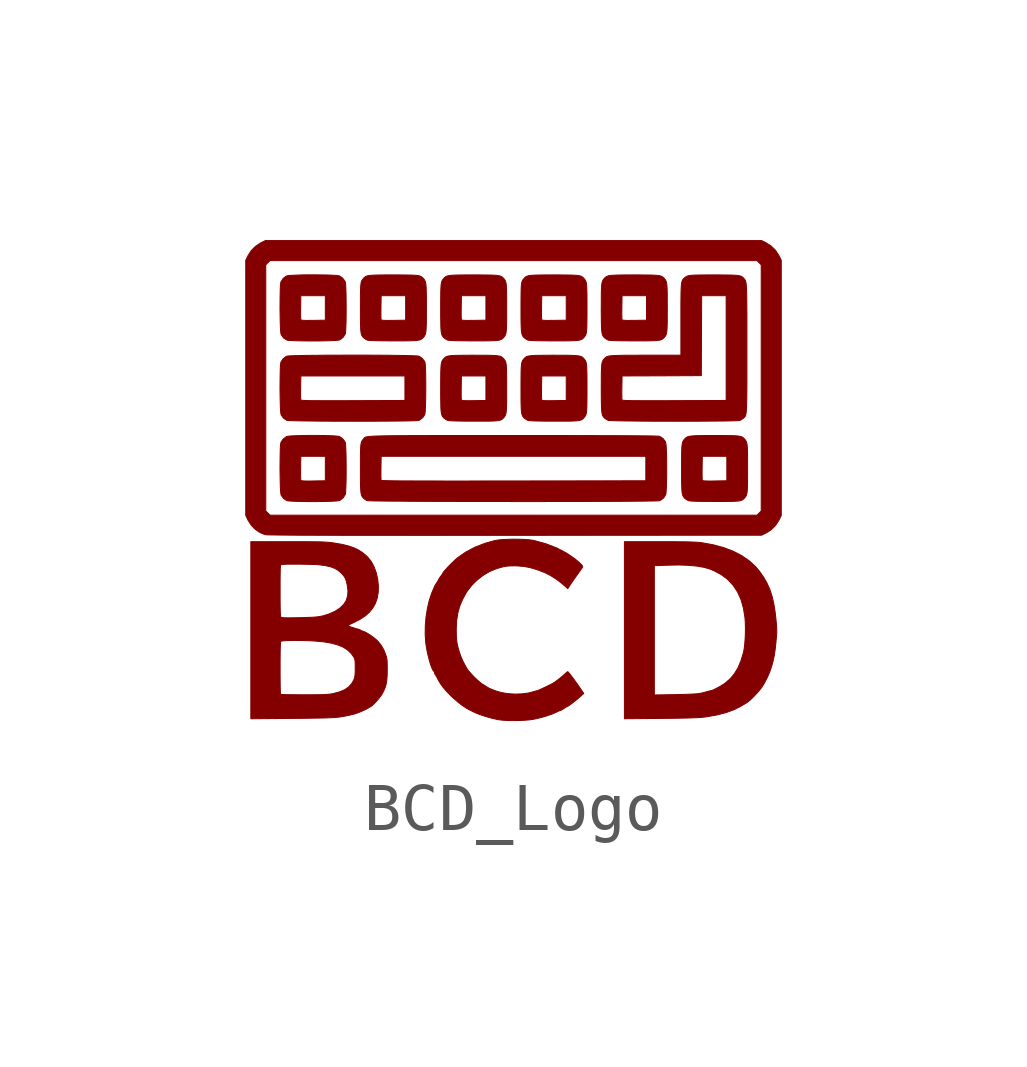
<source format=kicad_sym>
(kicad_symbol_lib
  (version 20211014)
  (generator kicad_symbol_editor)
  (symbol "BCD_Logo"
    (pin_names
      (offset 1.016))
    (property "Reference" "G"
      (at 0 4.366 0)
      (effects (font (size 1.27 1.27)) hide))
    (symbol "BCD_Logo_0_0"
      (polyline (pts (xy -1.307 -1.143) (xy -0.889 -1.143) (xy -0.444 -1.143) (xy 0.029 -1.143) (xy 5.164 -1.14) (xy 5.256 -1.095) (xy 5.265 -1.091) (xy 5.372 -1.02) (xy 5.461 -0.929) (xy 5.529 -0.822) (xy 5.574 -0.73) (xy 5.574 4.583) (xy 5.529 4.675) (xy 5.524 4.684) (xy 5.454 4.791) (xy 5.363 4.88) (xy 5.256 4.948) (xy 5.164 4.994) (xy -5.164 4.994) (xy -5.256 4.948) (xy -5.265 4.944) (xy -5.372 4.873) (xy -5.461 4.783) (xy -5.529 4.675) (xy -5.574 4.583) (xy -5.574 4.489) (xy -5.157 4.489) (xy -5.069 4.576) (xy 5.069 4.576) (xy 5.113 4.532) (xy 5.157 4.489) (xy 5.157 -0.635) (xy 5.113 -0.679) (xy 5.069 -0.723) (xy -5.069 -0.723) (xy -5.157 -0.635) (xy -5.157 4.489) (xy -5.574 4.489) (xy -5.574 -0.73) (xy -5.529 -0.822) (xy -5.527 -0.827) (xy -5.46 -0.931) (xy -5.376 -1.018) (xy -5.278 -1.085) (xy -5.172 -1.128) (xy -5.162 -1.13) (xy -5.14 -1.131) (xy -5.107 -1.133) (xy -5.062 -1.134) (xy -5.004 -1.135) (xy -4.932 -1.136) (xy -4.845 -1.137) (xy -4.743 -1.138) (xy -4.625 -1.139) (xy -4.49 -1.14) (xy -4.338 -1.141) (xy -4.168 -1.141) (xy -3.979 -1.142) (xy -3.77 -1.142) (xy -3.541 -1.143) (xy -3.291 -1.143) (xy -3.019 -1.143) (xy -2.724 -1.143) (xy -2.407 -1.143) (xy -2.065 -1.144) (xy -1.698 -1.144) (xy -1.307 -1.143)) (stroke (width 0.01) (type default) (color 0 0 0 0)) (fill (type outline)))
      (polyline (pts (xy -4.068 -0.439) (xy -3.961 -0.438) (xy -3.862 -0.436) (xy -3.774 -0.433) (xy -3.703 -0.429) (xy -3.652 -0.424) (xy -3.625 -0.419) (xy -3.605 -0.41) (xy -3.545 -0.361) (xy -3.502 -0.293) (xy -3.497 -0.271) (xy -3.493 -0.223) (xy -3.49 -0.154) (xy -3.487 -0.069) (xy -3.485 0.028) (xy -3.484 0.134) (xy -3.484 0.243) (xy -3.484 0.353) (xy -3.485 0.46) (xy -3.487 0.558) (xy -3.49 0.644) (xy -3.493 0.714) (xy -3.497 0.763) (xy -3.502 0.789) (xy -3.512 0.81) (xy -3.56 0.873) (xy -3.625 0.915) (xy -3.642 0.919) (xy -3.688 0.924) (xy -3.755 0.929) (xy -3.84 0.932) (xy -3.937 0.935) (xy -4.043 0.936) (xy -4.155 0.937) (xy -4.266 0.937) (xy -4.375 0.935) (xy -4.476 0.933) (xy -4.564 0.93) (xy -4.637 0.926) (xy -4.69 0.921) (xy -4.719 0.915) (xy -4.739 0.905) (xy -4.799 0.857) (xy -4.842 0.789) (xy -4.846 0.769) (xy -4.851 0.722) (xy -4.855 0.654) (xy -4.857 0.57) (xy -4.859 0.472) (xy -4.86 0.366) (xy -4.861 0.256) (xy -4.86 0.182) (xy -4.432 0.182) (xy -4.431 0.263) (xy -4.427 0.503) (xy -3.917 0.503) (xy -3.917 -0.007) (xy -4.169 -0.011) (xy -4.217 -0.012) (xy -4.299 -0.012) (xy -4.358 -0.011) (xy -4.397 -0.008) (xy -4.419 -0.003) (xy -4.428 0.004) (xy -4.429 0.016) (xy -4.431 0.054) (xy -4.432 0.111) (xy -4.432 0.182) (xy -4.86 0.182) (xy -4.86 0.145) (xy -4.858 0.038) (xy -4.856 -0.062) (xy -4.853 -0.149) (xy -4.849 -0.221) (xy -4.844 -0.272) (xy -4.839 -0.3) (xy -4.833 -0.313) (xy -4.787 -0.376) (xy -4.72 -0.42) (xy -4.697 -0.425) (xy -4.648 -0.429) (xy -4.579 -0.433) (xy -4.494 -0.436) (xy -4.396 -0.438) (xy -4.29 -0.439) (xy -4.179 -0.44) (xy -4.068 -0.439)) (stroke (width 0.01) (type default) (color 0 0 0 0)) (fill (type outline)))
      (polyline (pts (xy -4.068 2.904) (xy -3.961 2.905) (xy -3.862 2.908) (xy -3.774 2.91) (xy -3.703 2.914) (xy -3.652 2.919) (xy -3.625 2.924) (xy -3.605 2.933) (xy -3.545 2.982) (xy -3.502 3.05) (xy -3.497 3.072) (xy -3.493 3.12) (xy -3.49 3.189) (xy -3.487 3.274) (xy -3.485 3.371) (xy -3.484 3.477) (xy -3.484 3.587) (xy -3.484 3.697) (xy -3.485 3.803) (xy -3.487 3.901) (xy -3.49 3.987) (xy -3.493 4.057) (xy -3.497 4.107) (xy -3.502 4.132) (xy -3.512 4.153) (xy -3.56 4.216) (xy -3.625 4.258) (xy -3.642 4.262) (xy -3.688 4.268) (xy -3.755 4.272) (xy -3.84 4.276) (xy -3.937 4.278) (xy -4.043 4.279) (xy -4.155 4.28) (xy -4.266 4.28) (xy -4.375 4.279) (xy -4.476 4.276) (xy -4.564 4.273) (xy -4.637 4.269) (xy -4.69 4.264) (xy -4.719 4.258) (xy -4.739 4.249) (xy -4.799 4.2) (xy -4.842 4.132) (xy -4.846 4.112) (xy -4.851 4.065) (xy -4.855 3.998) (xy -4.857 3.913) (xy -4.859 3.816) (xy -4.86 3.71) (xy -4.861 3.599) (xy -4.86 3.525) (xy -4.432 3.525) (xy -4.431 3.606) (xy -4.427 3.846) (xy -3.917 3.846) (xy -3.917 3.336) (xy -4.169 3.332) (xy -4.217 3.332) (xy -4.299 3.331) (xy -4.358 3.332) (xy -4.397 3.335) (xy -4.419 3.34) (xy -4.428 3.347) (xy -4.429 3.359) (xy -4.431 3.397) (xy -4.432 3.454) (xy -4.432 3.525) (xy -4.86 3.525) (xy -4.86 3.488) (xy -4.858 3.381) (xy -4.856 3.282) (xy -4.853 3.194) (xy -4.849 3.123) (xy -4.844 3.071) (xy -4.839 3.044) (xy -4.833 3.03) (xy -4.787 2.967) (xy -4.72 2.923) (xy -4.697 2.918) (xy -4.648 2.914) (xy -4.579 2.91) (xy -4.494 2.907) (xy -4.396 2.905) (xy -4.29 2.904) (xy -4.179 2.904) (xy -4.068 2.904)) (stroke (width 0.01) (type default) (color 0 0 0 0)) (fill (type outline)))
      (polyline (pts (xy -2.203 2.906) (xy -2.118 2.908) (xy -2.052 2.911) (xy -2.001 2.916) (xy -1.962 2.923) (xy -1.934 2.932) (xy -1.912 2.944) (xy -1.893 2.959) (xy -1.876 2.977) (xy -1.871 2.983) (xy -1.856 3.002) (xy -1.844 3.022) (xy -1.834 3.047) (xy -1.827 3.079) (xy -1.821 3.121) (xy -1.818 3.176) (xy -1.815 3.248) (xy -1.814 3.339) (xy -1.813 3.452) (xy -1.813 3.591) (xy -1.813 3.635) (xy -1.813 3.766) (xy -1.814 3.872) (xy -1.816 3.957) (xy -1.819 4.024) (xy -1.823 4.075) (xy -1.829 4.114) (xy -1.837 4.143) (xy -1.847 4.166) (xy -1.86 4.186) (xy -1.876 4.205) (xy -1.883 4.212) (xy -1.9 4.229) (xy -1.92 4.243) (xy -1.944 4.254) (xy -1.976 4.263) (xy -2.02 4.269) (xy -2.077 4.273) (xy -2.15 4.276) (xy -2.244 4.277) (xy -2.359 4.278) (xy -2.5 4.278) (xy -2.557 4.278) (xy -2.688 4.278) (xy -2.795 4.277) (xy -2.88 4.275) (xy -2.947 4.272) (xy -2.999 4.267) (xy -3.038 4.26) (xy -3.067 4.25) (xy -3.089 4.239) (xy -3.107 4.223) (xy -3.124 4.205) (xy -3.129 4.199) (xy -3.144 4.18) (xy -3.157 4.16) (xy -3.167 4.136) (xy -3.174 4.104) (xy -3.179 4.062) (xy -3.183 4.006) (xy -3.185 3.935) (xy -3.187 3.844) (xy -3.187 3.731) (xy -3.187 3.592) (xy -3.187 3.542) (xy -3.187 3.525) (xy -2.76 3.525) (xy -2.759 3.606) (xy -2.755 3.846) (xy -2.245 3.846) (xy -2.245 3.336) (xy -2.497 3.332) (xy -2.545 3.332) (xy -2.627 3.331) (xy -2.686 3.332) (xy -2.725 3.335) (xy -2.747 3.34) (xy -2.756 3.347) (xy -2.758 3.359) (xy -2.759 3.397) (xy -2.76 3.454) (xy -2.76 3.525) (xy -3.187 3.525) (xy -3.187 3.41) (xy -3.186 3.302) (xy -3.184 3.215) (xy -3.181 3.147) (xy -3.176 3.095) (xy -3.17 3.056) (xy -3.16 3.026) (xy -3.149 3.004) (xy -3.134 2.985) (xy -3.116 2.968) (xy -3.088 2.946) (xy -3.048 2.923) (xy -3.041 2.921) (xy -3.01 2.916) (xy -2.958 2.912) (xy -2.882 2.909) (xy -2.783 2.907) (xy -2.658 2.906) (xy -2.506 2.905) (xy -2.438 2.905) (xy -2.308 2.905) (xy -2.203 2.906)) (stroke (width 0.01) (type default) (color 0 0 0 0)) (fill (type outline)))
      (polyline (pts (xy -0.531 1.234) (xy -0.446 1.236) (xy -0.38 1.239) (xy -0.329 1.244) (xy -0.291 1.251) (xy -0.262 1.26) (xy -0.24 1.272) (xy -0.222 1.287) (xy -0.204 1.306) (xy -0.199 1.311) (xy -0.184 1.331) (xy -0.172 1.351) (xy -0.162 1.375) (xy -0.155 1.407) (xy -0.15 1.449) (xy -0.146 1.505) (xy -0.144 1.576) (xy -0.142 1.667) (xy -0.142 1.781) (xy -0.142 1.919) (xy -0.142 1.964) (xy -0.142 2.094) (xy -0.143 2.201) (xy -0.144 2.286) (xy -0.147 2.352) (xy -0.151 2.404) (xy -0.157 2.442) (xy -0.165 2.472) (xy -0.175 2.495) (xy -0.189 2.514) (xy -0.204 2.533) (xy -0.211 2.541) (xy -0.229 2.558) (xy -0.248 2.572) (xy -0.272 2.583) (xy -0.305 2.591) (xy -0.348 2.597) (xy -0.405 2.602) (xy -0.479 2.604) (xy -0.572 2.606) (xy -0.688 2.606) (xy -0.829 2.607) (xy -0.885 2.607) (xy -1.016 2.606) (xy -1.123 2.605) (xy -1.209 2.603) (xy -1.276 2.6) (xy -1.327 2.595) (xy -1.366 2.588) (xy -1.395 2.579) (xy -1.417 2.567) (xy -1.435 2.552) (xy -1.453 2.533) (xy -1.458 2.528) (xy -1.473 2.509) (xy -1.485 2.489) (xy -1.495 2.464) (xy -1.502 2.432) (xy -1.508 2.39) (xy -1.511 2.335) (xy -1.514 2.263) (xy -1.515 2.172) (xy -1.516 2.059) (xy -1.516 1.921) (xy -1.516 1.871) (xy -1.516 1.854) (xy -1.089 1.854) (xy -1.088 1.934) (xy -1.084 2.175) (xy -0.574 2.175) (xy -0.574 1.665) (xy -0.826 1.661) (xy -0.873 1.66) (xy -0.956 1.66) (xy -1.015 1.661) (xy -1.054 1.664) (xy -1.076 1.669) (xy -1.084 1.675) (xy -1.086 1.688) (xy -1.088 1.725) (xy -1.089 1.782) (xy -1.089 1.854) (xy -1.516 1.854) (xy -1.516 1.738) (xy -1.514 1.63) (xy -1.513 1.544) (xy -1.51 1.476) (xy -1.505 1.423) (xy -1.498 1.384) (xy -1.489 1.355) (xy -1.477 1.332) (xy -1.463 1.313) (xy -1.445 1.296) (xy -1.417 1.275) (xy -1.376 1.252) (xy -1.369 1.249) (xy -1.338 1.245) (xy -1.286 1.241) (xy -1.211 1.238) (xy -1.111 1.236) (xy -0.986 1.234) (xy -0.834 1.234) (xy -0.767 1.234) (xy -0.637 1.234) (xy -0.531 1.234)) (stroke (width 0.01) (type default) (color 0 0 0 0)) (fill (type outline)))
      (polyline (pts (xy -0.531 2.906) (xy -0.446 2.908) (xy -0.38 2.911) (xy -0.329 2.916) (xy -0.291 2.923) (xy -0.262 2.932) (xy -0.24 2.944) (xy -0.222 2.959) (xy -0.204 2.977) (xy -0.199 2.983) (xy -0.184 3.002) (xy -0.172 3.022) (xy -0.162 3.047) (xy -0.155 3.079) (xy -0.15 3.121) (xy -0.146 3.176) (xy -0.144 3.248) (xy -0.142 3.339) (xy -0.142 3.452) (xy -0.142 3.591) (xy -0.142 3.635) (xy -0.142 3.766) (xy -0.143 3.872) (xy -0.144 3.957) (xy -0.147 4.024) (xy -0.151 4.075) (xy -0.157 4.114) (xy -0.165 4.143) (xy -0.175 4.166) (xy -0.189 4.186) (xy -0.204 4.205) (xy -0.211 4.212) (xy -0.229 4.229) (xy -0.248 4.243) (xy -0.272 4.254) (xy -0.305 4.263) (xy -0.348 4.269) (xy -0.405 4.273) (xy -0.479 4.276) (xy -0.572 4.277) (xy -0.688 4.278) (xy -0.829 4.278) (xy -0.885 4.278) (xy -1.016 4.278) (xy -1.123 4.277) (xy -1.209 4.275) (xy -1.276 4.272) (xy -1.327 4.267) (xy -1.366 4.26) (xy -1.395 4.25) (xy -1.417 4.239) (xy -1.435 4.223) (xy -1.453 4.205) (xy -1.458 4.199) (xy -1.473 4.18) (xy -1.485 4.16) (xy -1.495 4.136) (xy -1.502 4.104) (xy -1.508 4.062) (xy -1.511 4.006) (xy -1.514 3.935) (xy -1.515 3.844) (xy -1.516 3.731) (xy -1.516 3.592) (xy -1.516 3.542) (xy -1.516 3.525) (xy -1.089 3.525) (xy -1.088 3.606) (xy -1.084 3.846) (xy -0.574 3.846) (xy -0.574 3.336) (xy -0.826 3.332) (xy -0.873 3.332) (xy -0.956 3.331) (xy -1.015 3.332) (xy -1.054 3.335) (xy -1.076 3.34) (xy -1.084 3.347) (xy -1.086 3.359) (xy -1.088 3.397) (xy -1.089 3.454) (xy -1.089 3.525) (xy -1.516 3.525) (xy -1.516 3.41) (xy -1.514 3.302) (xy -1.513 3.215) (xy -1.51 3.147) (xy -1.505 3.095) (xy -1.498 3.056) (xy -1.489 3.026) (xy -1.477 3.004) (xy -1.463 2.985) (xy -1.445 2.968) (xy -1.417 2.946) (xy -1.376 2.923) (xy -1.369 2.921) (xy -1.338 2.916) (xy -1.286 2.912) (xy -1.211 2.909) (xy -1.111 2.907) (xy -0.986 2.906) (xy -0.834 2.905) (xy -0.767 2.905) (xy -0.637 2.905) (xy -0.531 2.906)) (stroke (width 0.01) (type default) (color 0 0 0 0)) (fill (type outline)))
      (polyline (pts (xy 1.141 1.234) (xy 1.225 1.236) (xy 1.292 1.239) (xy 1.343 1.244) (xy 1.381 1.251) (xy 1.41 1.26) (xy 1.432 1.272) (xy 1.45 1.287) (xy 1.467 1.306) (xy 1.472 1.311) (xy 1.487 1.331) (xy 1.5 1.351) (xy 1.509 1.375) (xy 1.517 1.407) (xy 1.522 1.449) (xy 1.526 1.505) (xy 1.528 1.576) (xy 1.529 1.667) (xy 1.53 1.781) (xy 1.53 1.919) (xy 1.53 1.964) (xy 1.53 2.094) (xy 1.529 2.201) (xy 1.527 2.286) (xy 1.525 2.352) (xy 1.52 2.404) (xy 1.515 2.442) (xy 1.507 2.472) (xy 1.496 2.495) (xy 1.483 2.514) (xy 1.467 2.533) (xy 1.46 2.541) (xy 1.443 2.558) (xy 1.424 2.572) (xy 1.399 2.583) (xy 1.367 2.591) (xy 1.324 2.597) (xy 1.267 2.602) (xy 1.193 2.604) (xy 1.1 2.606) (xy 0.984 2.606) (xy 0.843 2.607) (xy 0.787 2.607) (xy 0.655 2.606) (xy 0.548 2.605) (xy 0.463 2.603) (xy 0.396 2.6) (xy 0.344 2.595) (xy 0.306 2.588) (xy 0.277 2.579) (xy 0.254 2.567) (xy 0.236 2.552) (xy 0.219 2.533) (xy 0.214 2.528) (xy 0.199 2.509) (xy 0.186 2.489) (xy 0.177 2.464) (xy 0.169 2.432) (xy 0.164 2.39) (xy 0.16 2.335) (xy 0.158 2.263) (xy 0.157 2.172) (xy 0.156 2.059) (xy 0.156 1.921) (xy 0.156 1.871) (xy 0.156 1.854) (xy 0.583 1.854) (xy 0.584 1.934) (xy 0.588 2.175) (xy 1.098 2.175) (xy 1.098 1.665) (xy 0.846 1.661) (xy 0.798 1.66) (xy 0.716 1.66) (xy 0.657 1.661) (xy 0.618 1.664) (xy 0.596 1.669) (xy 0.587 1.675) (xy 0.586 1.688) (xy 0.584 1.725) (xy 0.583 1.782) (xy 0.583 1.854) (xy 0.156 1.854) (xy 0.156 1.738) (xy 0.157 1.63) (xy 0.159 1.544) (xy 0.162 1.476) (xy 0.167 1.423) (xy 0.174 1.384) (xy 0.183 1.355) (xy 0.194 1.332) (xy 0.209 1.313) (xy 0.227 1.296) (xy 0.255 1.275) (xy 0.295 1.252) (xy 0.302 1.249) (xy 0.333 1.245) (xy 0.386 1.241) (xy 0.461 1.238) (xy 0.56 1.236) (xy 0.686 1.234) (xy 0.838 1.234) (xy 0.905 1.234) (xy 1.035 1.234) (xy 1.141 1.234)) (stroke (width 0.01) (type default) (color 0 0 0 0)) (fill (type outline)))
      (polyline (pts (xy 1.141 2.906) (xy 1.225 2.908) (xy 1.292 2.911) (xy 1.343 2.916) (xy 1.381 2.923) (xy 1.41 2.932) (xy 1.432 2.944) (xy 1.45 2.959) (xy 1.467 2.977) (xy 1.472 2.983) (xy 1.487 3.002) (xy 1.5 3.022) (xy 1.509 3.047) (xy 1.517 3.079) (xy 1.522 3.121) (xy 1.526 3.176) (xy 1.528 3.248) (xy 1.529 3.339) (xy 1.53 3.452) (xy 1.53 3.591) (xy 1.53 3.635) (xy 1.53 3.766) (xy 1.529 3.872) (xy 1.527 3.957) (xy 1.525 4.024) (xy 1.52 4.075) (xy 1.515 4.114) (xy 1.507 4.143) (xy 1.496 4.166) (xy 1.483 4.186) (xy 1.467 4.205) (xy 1.46 4.212) (xy 1.443 4.229) (xy 1.424 4.243) (xy 1.399 4.254) (xy 1.367 4.263) (xy 1.324 4.269) (xy 1.267 4.273) (xy 1.193 4.276) (xy 1.1 4.277) (xy 0.984 4.278) (xy 0.843 4.278) (xy 0.787 4.278) (xy 0.655 4.278) (xy 0.548 4.277) (xy 0.463 4.275) (xy 0.396 4.272) (xy 0.344 4.267) (xy 0.306 4.26) (xy 0.277 4.25) (xy 0.254 4.239) (xy 0.236 4.223) (xy 0.219 4.205) (xy 0.214 4.199) (xy 0.199 4.18) (xy 0.186 4.16) (xy 0.177 4.136) (xy 0.169 4.104) (xy 0.164 4.062) (xy 0.16 4.006) (xy 0.158 3.935) (xy 0.157 3.844) (xy 0.156 3.731) (xy 0.156 3.592) (xy 0.156 3.542) (xy 0.156 3.525) (xy 0.583 3.525) (xy 0.584 3.606) (xy 0.588 3.846) (xy 1.098 3.846) (xy 1.098 3.336) (xy 0.846 3.332) (xy 0.798 3.332) (xy 0.716 3.331) (xy 0.657 3.332) (xy 0.618 3.335) (xy 0.596 3.34) (xy 0.587 3.347) (xy 0.586 3.359) (xy 0.584 3.397) (xy 0.583 3.454) (xy 0.583 3.525) (xy 0.156 3.525) (xy 0.156 3.41) (xy 0.157 3.302) (xy 0.159 3.215) (xy 0.162 3.147) (xy 0.167 3.095) (xy 0.174 3.056) (xy 0.183 3.026) (xy 0.194 3.004) (xy 0.209 2.985) (xy 0.227 2.968) (xy 0.255 2.946) (xy 0.295 2.923) (xy 0.302 2.921) (xy 0.333 2.916) (xy 0.386 2.912) (xy 0.461 2.909) (xy 0.56 2.907) (xy 0.686 2.906) (xy 0.838 2.905) (xy 0.905 2.905) (xy 1.035 2.905) (xy 1.141 2.906)) (stroke (width 0.01) (type default) (color 0 0 0 0)) (fill (type outline)))
      (polyline (pts (xy 2.812 2.906) (xy 2.897 2.908) (xy 2.963 2.911) (xy 3.014 2.916) (xy 3.053 2.923) (xy 3.081 2.932) (xy 3.103 2.944) (xy 3.121 2.959) (xy 3.139 2.977) (xy 3.144 2.983) (xy 3.159 3.002) (xy 3.171 3.022) (xy 3.181 3.047) (xy 3.188 3.079) (xy 3.194 3.121) (xy 3.197 3.176) (xy 3.2 3.248) (xy 3.201 3.339) (xy 3.201 3.452) (xy 3.202 3.591) (xy 3.202 3.635) (xy 3.201 3.766) (xy 3.201 3.872) (xy 3.199 3.957) (xy 3.196 4.024) (xy 3.192 4.075) (xy 3.186 4.114) (xy 3.178 4.143) (xy 3.168 4.166) (xy 3.155 4.186) (xy 3.139 4.205) (xy 3.132 4.212) (xy 3.115 4.229) (xy 3.095 4.243) (xy 3.071 4.254) (xy 3.038 4.263) (xy 2.995 4.269) (xy 2.938 4.273) (xy 2.865 4.276) (xy 2.771 4.277) (xy 2.656 4.278) (xy 2.514 4.278) (xy 2.458 4.278) (xy 2.327 4.278) (xy 2.22 4.277) (xy 2.135 4.275) (xy 2.068 4.272) (xy 2.016 4.267) (xy 1.977 4.26) (xy 1.948 4.25) (xy 1.926 4.239) (xy 1.908 4.223) (xy 1.89 4.205) (xy 1.885 4.199) (xy 1.87 4.18) (xy 1.858 4.16) (xy 1.848 4.136) (xy 1.841 4.104) (xy 1.835 4.062) (xy 1.832 4.006) (xy 1.829 3.935) (xy 1.828 3.844) (xy 1.828 3.731) (xy 1.827 3.592) (xy 1.827 3.542) (xy 1.827 3.525) (xy 2.255 3.525) (xy 2.256 3.606) (xy 2.26 3.846) (xy 2.769 3.846) (xy 2.769 3.336) (xy 2.518 3.332) (xy 2.47 3.332) (xy 2.388 3.331) (xy 2.329 3.332) (xy 2.29 3.335) (xy 2.268 3.34) (xy 2.259 3.347) (xy 2.257 3.359) (xy 2.256 3.397) (xy 2.255 3.454) (xy 2.255 3.525) (xy 1.827 3.525) (xy 1.828 3.41) (xy 1.829 3.302) (xy 1.831 3.215) (xy 1.834 3.147) (xy 1.839 3.095) (xy 1.845 3.056) (xy 1.854 3.026) (xy 1.866 3.004) (xy 1.881 2.985) (xy 1.898 2.968) (xy 1.927 2.946) (xy 1.967 2.923) (xy 1.974 2.921) (xy 2.005 2.916) (xy 2.057 2.912) (xy 2.133 2.909) (xy 2.232 2.907) (xy 2.357 2.906) (xy 2.509 2.905) (xy 2.576 2.905) (xy 2.707 2.905) (xy 2.812 2.906)) (stroke (width 0.01) (type default) (color 0 0 0 0)) (fill (type outline)))
      (polyline (pts (xy 4.378 -0.438) (xy 4.484 -0.437) (xy 4.569 -0.436) (xy 4.635 -0.432) (xy 4.686 -0.428) (xy 4.724 -0.421) (xy 4.753 -0.411) (xy 4.775 -0.399) (xy 4.793 -0.384) (xy 4.81 -0.366) (xy 4.815 -0.36) (xy 4.83 -0.341) (xy 4.843 -0.321) (xy 4.852 -0.296) (xy 4.86 -0.265) (xy 4.865 -0.222) (xy 4.869 -0.167) (xy 4.871 -0.095) (xy 4.872 -0.004) (xy 4.873 0.109) (xy 4.873 0.248) (xy 4.873 0.292) (xy 4.873 0.423) (xy 4.872 0.529) (xy 4.871 0.614) (xy 4.868 0.681) (xy 4.864 0.732) (xy 4.858 0.771) (xy 4.85 0.8) (xy 4.839 0.823) (xy 4.826 0.843) (xy 4.81 0.862) (xy 4.804 0.869) (xy 4.786 0.886) (xy 4.767 0.9) (xy 4.742 0.911) (xy 4.71 0.919) (xy 4.667 0.926) (xy 4.61 0.93) (xy 4.536 0.933) (xy 4.443 0.934) (xy 4.327 0.935) (xy 4.186 0.935) (xy 4.13 0.935) (xy 3.999 0.935) (xy 3.892 0.934) (xy 3.806 0.932) (xy 3.739 0.928) (xy 3.688 0.923) (xy 3.649 0.917) (xy 3.62 0.907) (xy 3.598 0.895) (xy 3.579 0.88) (xy 3.562 0.862) (xy 3.557 0.856) (xy 3.542 0.837) (xy 3.53 0.817) (xy 3.52 0.792) (xy 3.513 0.761) (xy 3.507 0.719) (xy 3.503 0.663) (xy 3.501 0.592) (xy 3.5 0.501) (xy 3.499 0.388) (xy 3.499 0.249) (xy 3.499 0.199) (xy 3.499 0.182) (xy 3.926 0.182) (xy 3.927 0.263) (xy 3.931 0.503) (xy 4.441 0.503) (xy 4.441 -0.007) (xy 4.189 -0.011) (xy 4.141 -0.012) (xy 4.059 -0.012) (xy 4 -0.011) (xy 3.961 -0.008) (xy 3.939 -0.003) (xy 3.93 0.004) (xy 3.929 0.016) (xy 3.927 0.054) (xy 3.926 0.111) (xy 3.926 0.182) (xy 3.499 0.182) (xy 3.499 0.067) (xy 3.5 -0.041) (xy 3.502 -0.128) (xy 3.505 -0.196) (xy 3.51 -0.248) (xy 3.517 -0.288) (xy 3.526 -0.317) (xy 3.538 -0.34) (xy 3.552 -0.358) (xy 3.57 -0.376) (xy 3.598 -0.397) (xy 3.639 -0.42) (xy 3.646 -0.422) (xy 3.676 -0.427) (xy 3.729 -0.431) (xy 3.804 -0.434) (xy 3.904 -0.436) (xy 4.029 -0.437) (xy 4.181 -0.438) (xy 4.248 -0.438) (xy 4.378 -0.438)) (stroke (width 0.01) (type default) (color 0 0 0 0)) (fill (type outline)))
      (polyline (pts (xy -3.058 1.232) (xy -2.891 1.233) (xy -2.731 1.234) (xy -2.579 1.235) (xy -2.439 1.236) (xy -2.313 1.237) (xy -2.203 1.239) (xy -2.112 1.241) (xy -2.041 1.244) (xy -1.994 1.246) (xy -1.973 1.249) (xy -1.952 1.259) (xy -1.889 1.308) (xy -1.847 1.372) (xy -1.843 1.393) (xy -1.838 1.44) (xy -1.834 1.508) (xy -1.831 1.593) (xy -1.828 1.69) (xy -1.827 1.796) (xy -1.826 1.907) (xy -1.826 2.018) (xy -1.827 2.125) (xy -1.829 2.224) (xy -1.831 2.311) (xy -1.835 2.383) (xy -1.839 2.434) (xy -1.844 2.461) (xy -1.854 2.482) (xy -1.903 2.545) (xy -1.967 2.587) (xy -1.969 2.587) (xy -1.997 2.591) (xy -2.051 2.594) (xy -2.127 2.597) (xy -2.224 2.6) (xy -2.339 2.602) (xy -2.47 2.604) (xy -2.614 2.606) (xy -2.768 2.607) (xy -2.931 2.608) (xy -3.1 2.609) (xy -3.272 2.609) (xy -3.446 2.609) (xy -3.618 2.608) (xy -3.786 2.608) (xy -3.947 2.607) (xy -4.1 2.605) (xy -4.242 2.604) (xy -4.37 2.602) (xy -4.482 2.599) (xy -4.575 2.597) (xy -4.647 2.594) (xy -4.696 2.59) (xy -4.719 2.587) (xy -4.739 2.577) (xy -4.799 2.529) (xy -4.842 2.461) (xy -4.846 2.441) (xy -4.851 2.394) (xy -4.855 2.326) (xy -4.857 2.241) (xy -4.859 2.144) (xy -4.86 2.038) (xy -4.861 1.927) (xy -4.86 1.854) (xy -4.432 1.854) (xy -4.431 1.934) (xy -4.427 2.175) (xy -2.26 2.175) (xy -2.26 1.665) (xy -3.34 1.661) (xy -3.52 1.66) (xy -3.704 1.66) (xy -3.862 1.66) (xy -3.998 1.66) (xy -4.111 1.661) (xy -4.204 1.661) (xy -4.278 1.663) (xy -4.335 1.664) (xy -4.377 1.667) (xy -4.405 1.669) (xy -4.422 1.672) (xy -4.428 1.676) (xy -4.429 1.688) (xy -4.431 1.725) (xy -4.432 1.782) (xy -4.432 1.854) (xy -4.86 1.854) (xy -4.86 1.817) (xy -4.858 1.709) (xy -4.856 1.61) (xy -4.853 1.522) (xy -4.849 1.451) (xy -4.844 1.399) (xy -4.839 1.372) (xy -4.833 1.359) (xy -4.787 1.296) (xy -4.72 1.252) (xy -4.715 1.25) (xy -4.684 1.247) (xy -4.628 1.245) (xy -4.55 1.242) (xy -4.451 1.24) (xy -4.335 1.238) (xy -4.204 1.237) (xy -4.059 1.235) (xy -3.904 1.234) (xy -3.741 1.233) (xy -3.573 1.233) (xy -3.401 1.232) (xy -3.228 1.232) (xy -3.058 1.232)) (stroke (width 0.01) (type default) (color 0 0 0 0)) (fill (type outline)))
      (polyline (pts (xy 3.063 -4.954) (xy 3.196 -4.953) (xy 3.362 -4.951) (xy 3.505 -4.948) (xy 3.625 -4.946) (xy 3.727 -4.942) (xy 3.811 -4.939) (xy 3.881 -4.935) (xy 3.939 -4.93) (xy 3.988 -4.925) (xy 4.016 -4.921) (xy 4.236 -4.882) (xy 4.431 -4.831) (xy 4.603 -4.767) (xy 4.75 -4.691) (xy 4.794 -4.664) (xy 4.837 -4.638) (xy 4.864 -4.622) (xy 4.892 -4.601) (xy 4.936 -4.563) (xy 4.988 -4.512) (xy 5.043 -4.456) (xy 5.095 -4.399) (xy 5.139 -4.346) (xy 5.171 -4.304) (xy 5.224 -4.217) (xy 5.285 -4.1) (xy 5.337 -3.979) (xy 5.375 -3.867) (xy 5.39 -3.813) (xy 5.41 -3.734) (xy 5.426 -3.659) (xy 5.439 -3.579) (xy 5.451 -3.487) (xy 5.463 -3.375) (xy 5.469 -3.309) (xy 5.476 -3.232) (xy 5.48 -3.168) (xy 5.48 -3.109) (xy 5.478 -3.048) (xy 5.472 -2.975) (xy 5.463 -2.882) (xy 5.446 -2.735) (xy 5.418 -2.561) (xy 5.382 -2.407) (xy 5.336 -2.268) (xy 5.278 -2.139) (xy 5.207 -2.015) (xy 5.121 -1.891) (xy 5.044 -1.799) (xy 4.91 -1.675) (xy 4.753 -1.567) (xy 4.575 -1.474) (xy 4.375 -1.398) (xy 4.156 -1.339) (xy 3.917 -1.296) (xy 3.879 -1.292) (xy 3.828 -1.287) (xy 3.766 -1.284) (xy 3.692 -1.281) (xy 3.602 -1.278) (xy 3.493 -1.277) (xy 3.365 -1.276) (xy 3.213 -1.275) (xy 3.035 -1.275) (xy 2.309 -1.275) (xy 2.309 -4.466) (xy 2.932 -4.466) (xy 2.932 -1.775) (xy 3.185 -1.765) (xy 3.218 -1.764) (xy 3.442 -1.76) (xy 3.642 -1.767) (xy 3.816 -1.783) (xy 3.965 -1.809) (xy 4.087 -1.844) (xy 4.176 -1.881) (xy 4.33 -1.964) (xy 4.463 -2.065) (xy 4.574 -2.185) (xy 4.665 -2.324) (xy 4.737 -2.483) (xy 4.787 -2.662) (xy 4.819 -2.861) (xy 4.819 -2.862) (xy 4.825 -2.957) (xy 4.828 -3.065) (xy 4.827 -3.18) (xy 4.822 -3.296) (xy 4.814 -3.404) (xy 4.803 -3.497) (xy 4.79 -3.57) (xy 4.785 -3.59) (xy 4.734 -3.758) (xy 4.672 -3.903) (xy 4.597 -4.026) (xy 4.509 -4.131) (xy 4.405 -4.22) (xy 4.405 -4.22) (xy 4.354 -4.254) (xy 4.296 -4.29) (xy 4.235 -4.323) (xy 4.179 -4.351) (xy 4.134 -4.37) (xy 4.107 -4.377) (xy 4.098 -4.378) (xy 4.067 -4.386) (xy 4.025 -4.398) (xy 3.995 -4.406) (xy 3.934 -4.422) (xy 3.874 -4.435) (xy 3.872 -4.435) (xy 3.832 -4.44) (xy 3.768 -4.445) (xy 3.685 -4.449) (xy 3.587 -4.453) (xy 3.477 -4.456) (xy 3.361 -4.459) (xy 2.932 -4.466) (xy 2.309 -4.466) (xy 2.309 -4.961) (xy 3.063 -4.954)) (stroke (width 0.01) (type default) (color 0 0 0 0)) (fill (type outline)))
      (polyline (pts (xy 0.683 -0.439) (xy 0.93 -0.439) (xy 1.171 -0.439) (xy 1.405 -0.438) (xy 1.63 -0.437) (xy 1.844 -0.437) (xy 2.045 -0.436) (xy 2.233 -0.435) (xy 2.405 -0.434) (xy 2.56 -0.432) (xy 2.697 -0.431) (xy 2.813 -0.429) (xy 2.907 -0.428) (xy 2.977 -0.426) (xy 3.023 -0.424) (xy 3.042 -0.422) (xy 3.062 -0.412) (xy 3.126 -0.364) (xy 3.167 -0.299) (xy 3.172 -0.282) (xy 3.177 -0.236) (xy 3.181 -0.169) (xy 3.185 -0.085) (xy 3.187 0.013) (xy 3.189 0.119) (xy 3.189 0.231) (xy 3.189 0.342) (xy 3.188 0.451) (xy 3.186 0.551) (xy 3.182 0.64) (xy 3.178 0.713) (xy 3.173 0.766) (xy 3.167 0.795) (xy 3.158 0.815) (xy 3.11 0.875) (xy 3.042 0.918) (xy 3.04 0.919) (xy 3.026 0.921) (xy 2.998 0.922) (xy 2.956 0.924) (xy 2.898 0.926) (xy 2.825 0.927) (xy 2.734 0.928) (xy 2.625 0.929) (xy 2.498 0.93) (xy 2.351 0.931) (xy 2.183 0.932) (xy 1.994 0.933) (xy 1.783 0.933) (xy 1.549 0.934) (xy 1.291 0.934) (xy 1.008 0.935) (xy 0.699 0.935) (xy 0.364 0.935) (xy 0.001 0.935) (xy -1.216 0.935) (xy -1.462 0.935) (xy -1.685 0.935) (xy -1.887 0.934) (xy -2.068 0.934) (xy -2.23 0.933) (xy -2.374 0.932) (xy -2.501 0.931) (xy -2.612 0.93) (xy -2.708 0.928) (xy -2.79 0.926) (xy -2.859 0.924) (xy -2.917 0.922) (xy -2.965 0.919) (xy -3.004 0.915) (xy -3.034 0.911) (xy -3.058 0.907) (xy -3.076 0.902) (xy -3.089 0.897) (xy -3.099 0.891) (xy -3.106 0.885) (xy -3.112 0.878) (xy -3.118 0.87) (xy -3.124 0.862) (xy -3.129 0.856) (xy -3.144 0.837) (xy -3.157 0.817) (xy -3.167 0.792) (xy -3.174 0.761) (xy -3.179 0.719) (xy -3.183 0.663) (xy -3.185 0.592) (xy -3.187 0.501) (xy -3.187 0.388) (xy -3.187 0.249) (xy -3.187 0.199) (xy -3.187 0.182) (xy -2.76 0.182) (xy -2.759 0.263) (xy -2.755 0.503) (xy 2.755 0.503) (xy 2.755 -0.007) (xy 0.003 -0.011) (xy -0.024 -0.011) (xy -0.359 -0.011) (xy -0.667 -0.011) (xy -0.95 -0.012) (xy -1.207 -0.012) (xy -1.44 -0.012) (xy -1.649 -0.011) (xy -1.837 -0.011) (xy -2.004 -0.011) (xy -2.151 -0.01) (xy -2.28 -0.01) (xy -2.39 -0.009) (xy -2.483 -0.008) (xy -2.561 -0.007) (xy -2.624 -0.005) (xy -2.674 -0.004) (xy -2.711 -0.002) (xy -2.736 -0.0003) (xy -2.751 0.002) (xy -2.756 0.004) (xy -2.758 0.016) (xy -2.759 0.054) (xy -2.76 0.111) (xy -2.76 0.182) (xy -3.187 0.182) (xy -3.187 0.067) (xy -3.186 -0.041) (xy -3.184 -0.128) (xy -3.181 -0.196) (xy -3.176 -0.248) (xy -3.17 -0.288) (xy -3.16 -0.317) (xy -3.149 -0.34) (xy -3.134 -0.358) (xy -3.116 -0.376) (xy -3.088 -0.397) (xy -3.048 -0.42) (xy -3.044 -0.421) (xy -3.014 -0.423) (xy -2.958 -0.425) (xy -2.877 -0.427) (xy -2.774 -0.428) (xy -2.65 -0.43) (xy -2.506 -0.431) (xy -2.343 -0.432) (xy -2.164 -0.434) (xy -1.971 -0.435) (xy -1.764 -0.436) (xy -1.546 -0.437) (xy -1.317 -0.437) (xy -1.08 -0.438) (xy -0.836 -0.439) (xy -0.587 -0.439) (xy -0.334 -0.439) (xy -0.079 -0.439) (xy 0.177 -0.44) (xy 0.431 -0.44) (xy 0.683 -0.439)) (stroke (width 0.01) (type default) (color 0 0 0 0)) (fill (type outline)))
      (polyline (pts (xy 3.629 1.232) (xy 3.796 1.233) (xy 3.956 1.234) (xy 4.107 1.235) (xy 4.247 1.236) (xy 4.373 1.237) (xy 4.484 1.239) (xy 4.575 1.241) (xy 4.645 1.244) (xy 4.692 1.246) (xy 4.713 1.249) (xy 4.747 1.268) (xy 4.786 1.295) (xy 4.795 1.303) (xy 4.806 1.313) (xy 4.816 1.324) (xy 4.824 1.337) (xy 4.831 1.355) (xy 4.837 1.379) (xy 4.843 1.41) (xy 4.847 1.451) (xy 4.85 1.503) (xy 4.853 1.568) (xy 4.855 1.647) (xy 4.857 1.743) (xy 4.858 1.857) (xy 4.859 1.99) (xy 4.859 2.145) (xy 4.859 2.324) (xy 4.859 3.069) (xy 4.859 3.26) (xy 4.859 3.427) (xy 4.858 3.571) (xy 4.857 3.695) (xy 4.856 3.8) (xy 4.855 3.888) (xy 4.852 3.961) (xy 4.85 4.019) (xy 4.846 4.066) (xy 4.842 4.103) (xy 4.837 4.131) (xy 4.831 4.152) (xy 4.824 4.168) (xy 4.816 4.182) (xy 4.806 4.193) (xy 4.796 4.205) (xy 4.789 4.213) (xy 4.772 4.23) (xy 4.753 4.244) (xy 4.728 4.254) (xy 4.696 4.263) (xy 4.652 4.269) (xy 4.595 4.273) (xy 4.521 4.276) (xy 4.428 4.277) (xy 4.312 4.278) (xy 4.171 4.278) (xy 4.129 4.278) (xy 3.998 4.278) (xy 3.891 4.277) (xy 3.806 4.276) (xy 3.739 4.273) (xy 3.688 4.269) (xy 3.649 4.263) (xy 3.62 4.255) (xy 3.597 4.244) (xy 3.577 4.231) (xy 3.558 4.215) (xy 3.543 4.202) (xy 3.53 4.188) (xy 3.519 4.171) (xy 3.51 4.149) (xy 3.502 4.12) (xy 3.497 4.082) (xy 3.492 4.031) (xy 3.489 3.967) (xy 3.487 3.886) (xy 3.486 3.786) (xy 3.485 3.664) (xy 3.485 3.519) (xy 3.485 3.349) (xy 3.485 2.607) (xy 2.75 2.607) (xy 2.599 2.607) (xy 2.452 2.606) (xy 2.329 2.606) (xy 2.227 2.604) (xy 2.144 2.602) (xy 2.079 2.599) (xy 2.027 2.595) (xy 1.988 2.59) (xy 1.958 2.582) (xy 1.936 2.573) (xy 1.919 2.562) (xy 1.905 2.549) (xy 1.89 2.533) (xy 1.885 2.528) (xy 1.87 2.509) (xy 1.858 2.489) (xy 1.848 2.464) (xy 1.841 2.432) (xy 1.835 2.39) (xy 1.832 2.335) (xy 1.829 2.263) (xy 1.828 2.172) (xy 1.828 2.059) (xy 1.827 1.921) (xy 1.827 1.871) (xy 1.828 1.782) (xy 2.255 1.782) (xy 2.255 1.854) (xy 2.256 1.934) (xy 2.26 2.175) (xy 3.085 2.178) (xy 3.91 2.182) (xy 3.913 3.014) (xy 3.917 3.846) (xy 4.427 3.846) (xy 4.427 1.665) (xy 3.346 1.661) (xy 3.166 1.66) (xy 2.983 1.66) (xy 2.824 1.66) (xy 2.689 1.66) (xy 2.576 1.661) (xy 2.483 1.661) (xy 2.409 1.663) (xy 2.352 1.664) (xy 2.309 1.667) (xy 2.281 1.669) (xy 2.265 1.672) (xy 2.259 1.676) (xy 2.257 1.688) (xy 2.256 1.725) (xy 2.255 1.782) (xy 1.828 1.782) (xy 1.828 1.738) (xy 1.829 1.63) (xy 1.831 1.544) (xy 1.834 1.476) (xy 1.839 1.423) (xy 1.845 1.384) (xy 1.854 1.355) (xy 1.866 1.332) (xy 1.881 1.313) (xy 1.898 1.296) (xy 1.927 1.275) (xy 1.967 1.252) (xy 1.972 1.25) (xy 2.002 1.247) (xy 2.058 1.245) (xy 2.136 1.242) (xy 2.235 1.24) (xy 2.351 1.238) (xy 2.483 1.237) (xy 2.627 1.235) (xy 2.782 1.234) (xy 2.945 1.233) (xy 3.114 1.233) (xy 3.285 1.232) (xy 3.458 1.232) (xy 3.629 1.232)) (stroke (width 0.01) (type default) (color 0 0 0 0)) (fill (type outline)))
      (polyline (pts (xy 0.106 -4.998) (xy 0.221 -4.993) (xy 0.325 -4.985) (xy 0.411 -4.973) (xy 0.481 -4.958) (xy 0.597 -4.93) (xy 0.71 -4.896) (xy 0.812 -4.86) (xy 0.894 -4.824) (xy 0.924 -4.809) (xy 0.959 -4.794) (xy 0.978 -4.788) (xy 0.987 -4.785) (xy 1.016 -4.769) (xy 1.053 -4.746) (xy 1.078 -4.729) (xy 1.109 -4.71) (xy 1.125 -4.703) (xy 1.131 -4.701) (xy 1.155 -4.686) (xy 1.194 -4.658) (xy 1.242 -4.622) (xy 1.293 -4.581) (xy 1.344 -4.539) (xy 1.388 -4.501) (xy 1.462 -4.434) (xy 1.407 -4.353) (xy 1.386 -4.322) (xy 1.34 -4.255) (xy 1.292 -4.188) (xy 1.246 -4.124) (xy 1.203 -4.067) (xy 1.168 -4.022) (xy 1.142 -3.992) (xy 1.13 -3.981) (xy 1.124 -3.983) (xy 1.102 -3.999) (xy 1.072 -4.027) (xy 1.066 -4.032) (xy 1.025 -4.069) (xy 0.973 -4.112) (xy 0.918 -4.155) (xy 0.868 -4.192) (xy 0.83 -4.217) (xy 0.819 -4.223) (xy 0.774 -4.247) (xy 0.718 -4.275) (xy 0.658 -4.304) (xy 0.6 -4.332) (xy 0.549 -4.355) (xy 0.512 -4.371) (xy 0.493 -4.377) (xy 0.488 -4.378) (xy 0.458 -4.385) (xy 0.418 -4.397) (xy 0.314 -4.425) (xy 0.177 -4.443) (xy 0.032 -4.448) (xy -0.114 -4.439) (xy -0.252 -4.416) (xy -0.375 -4.38) (xy -0.434 -4.357) (xy -0.48 -4.338) (xy -0.513 -4.323) (xy -0.541 -4.307) (xy -0.571 -4.287) (xy -0.587 -4.276) (xy -0.617 -4.257) (xy -0.633 -4.25) (xy -0.636 -4.249) (xy -0.658 -4.234) (xy -0.693 -4.206) (xy -0.735 -4.17) (xy -0.779 -4.13) (xy -0.819 -4.092) (xy -0.85 -4.059) (xy -0.867 -4.04) (xy -0.901 -4.002) (xy -0.928 -3.973) (xy -0.944 -3.953) (xy -0.979 -3.9) (xy -1.017 -3.831) (xy -1.056 -3.754) (xy -1.09 -3.677) (xy -1.117 -3.605) (xy -1.129 -3.567) (xy -1.155 -3.478) (xy -1.173 -3.397) (xy -1.184 -3.315) (xy -1.19 -3.222) (xy -1.192 -3.111) (xy -1.192 -3.1) (xy -1.184 -2.926) (xy -1.161 -2.77) (xy -1.122 -2.624) (xy -1.063 -2.483) (xy -0.985 -2.338) (xy -0.965 -2.307) (xy -0.872 -2.187) (xy -0.76 -2.076) (xy -0.635 -1.978) (xy -0.503 -1.899) (xy -0.37 -1.843) (xy -0.361 -1.84) (xy -0.275 -1.813) (xy -0.204 -1.795) (xy -0.138 -1.784) (xy -0.066 -1.779) (xy 0.021 -1.778) (xy 0.097 -1.78) (xy 0.23 -1.792) (xy 0.361 -1.819) (xy 0.498 -1.86) (xy 0.65 -1.919) (xy 0.684 -1.934) (xy 0.783 -1.987) (xy 0.888 -2.054) (xy 0.989 -2.129) (xy 1.078 -2.206) (xy 1.129 -2.253) (xy 1.172 -2.186) (xy 1.197 -2.148) (xy 1.234 -2.095) (xy 1.278 -2.033) (xy 1.323 -1.969) (xy 1.329 -1.962) (xy 1.369 -1.905) (xy 1.404 -1.855) (xy 1.429 -1.819) (xy 1.44 -1.8) (xy 1.438 -1.785) (xy 1.414 -1.752) (xy 1.366 -1.705) (xy 1.28 -1.633) (xy 1.1 -1.51) (xy 0.898 -1.405) (xy 0.676 -1.319) (xy 0.432 -1.252) (xy 0.406 -1.246) (xy 0.325 -1.236) (xy 0.225 -1.228) (xy 0.114 -1.224) (xy -0.003 -1.223) (xy -0.119 -1.226) (xy -0.226 -1.231) (xy -0.319 -1.24) (xy -0.39 -1.252) (xy -0.589 -1.307) (xy -0.801 -1.389) (xy -0.993 -1.49) (xy -1.164 -1.609) (xy -1.183 -1.625) (xy -1.229 -1.667) (xy -1.281 -1.717) (xy -1.335 -1.771) (xy -1.385 -1.824) (xy -1.427 -1.871) (xy -1.458 -1.908) (xy -1.472 -1.931) (xy -1.475 -1.938) (xy -1.492 -1.965) (xy -1.518 -2) (xy -1.53 -2.015) (xy -1.55 -2.045) (xy -1.558 -2.061) (xy -1.562 -2.07) (xy -1.577 -2.097) (xy -1.601 -2.134) (xy -1.617 -2.159) (xy -1.636 -2.19) (xy -1.643 -2.204) (xy -1.648 -2.217) (xy -1.661 -2.249) (xy -1.68 -2.292) (xy -1.704 -2.349) (xy -1.754 -2.499) (xy -1.793 -2.666) (xy -1.821 -2.844) (xy -1.836 -3.026) (xy -1.839 -3.207) (xy -1.827 -3.379) (xy -1.814 -3.468) (xy -1.796 -3.565) (xy -1.774 -3.661) (xy -1.75 -3.752) (xy -1.726 -3.834) (xy -1.701 -3.901) (xy -1.678 -3.949) (xy -1.658 -3.974) (xy -1.65 -3.982) (xy -1.643 -4.009) (xy -1.641 -4.024) (xy -1.631 -4.04) (xy -1.622 -4.05) (xy -1.603 -4.08) (xy -1.582 -4.122) (xy -1.563 -4.159) (xy -1.519 -4.232) (xy -1.466 -4.306) (xy -1.399 -4.384) (xy -1.313 -4.474) (xy -1.257 -4.528) (xy -1.163 -4.609) (xy -1.068 -4.683) (xy -0.977 -4.744) (xy -0.896 -4.787) (xy -0.886 -4.792) (xy -0.848 -4.81) (xy -0.804 -4.831) (xy -0.767 -4.848) (xy -0.673 -4.884) (xy -0.564 -4.919) (xy -0.447 -4.951) (xy -0.333 -4.977) (xy -0.314 -4.981) (xy -0.23 -4.991) (xy -0.127 -4.997) (xy -0.013 -4.999) (xy 0.106 -4.998)) (stroke (width 0.01) (type default) (color 0 0 0 0)) (fill (type outline)))
      (polyline (pts (xy -4.622 -4.954) (xy -4.536 -4.953) (xy -4.354 -4.952) (xy -4.198 -4.949) (xy -4.064 -4.947) (xy -3.952 -4.945) (xy -3.858 -4.942) (xy -3.781 -4.939) (xy -3.718 -4.935) (xy -3.667 -4.931) (xy -3.627 -4.926) (xy -3.541 -4.913) (xy -3.41 -4.887) (xy -3.295 -4.857) (xy -3.189 -4.818) (xy -3.083 -4.77) (xy -2.971 -4.708) (xy -2.949 -4.692) (xy -2.906 -4.653) (xy -2.858 -4.603) (xy -2.809 -4.547) (xy -2.766 -4.492) (xy -2.735 -4.446) (xy -2.706 -4.391) (xy -2.674 -4.319) (xy -2.652 -4.245) (xy -2.638 -4.162) (xy -2.63 -4.064) (xy -2.628 -3.945) (xy -2.628 -3.918) (xy -2.629 -3.832) (xy -2.631 -3.767) (xy -2.636 -3.717) (xy -2.644 -3.677) (xy -2.655 -3.641) (xy -2.697 -3.533) (xy -2.751 -3.437) (xy -2.816 -3.354) (xy -2.854 -3.318) (xy -2.913 -3.269) (xy -2.977 -3.223) (xy -3.041 -3.182) (xy -3.098 -3.152) (xy -3.14 -3.136) (xy -3.145 -3.135) (xy -3.175 -3.126) (xy -3.187 -3.116) (xy -3.188 -3.113) (xy -3.206 -3.103) (xy -3.24 -3.094) (xy -3.248 -3.093) (xy -3.285 -3.084) (xy -3.308 -3.076) (xy -3.312 -3.074) (xy -3.339 -3.064) (xy -3.378 -3.053) (xy -3.389 -3.05) (xy -3.422 -3.037) (xy -3.438 -3.025) (xy -3.436 -3.019) (xy -3.417 -3.002) (xy -3.382 -2.984) (xy -3.311 -2.952) (xy -3.186 -2.886) (xy -3.083 -2.818) (xy -3.001 -2.745) (xy -2.934 -2.663) (xy -2.88 -2.571) (xy -2.879 -2.569) (xy -2.838 -2.456) (xy -2.816 -2.33) (xy -2.813 -2.196) (xy -2.826 -2.058) (xy -2.857 -1.924) (xy -2.902 -1.798) (xy -2.962 -1.687) (xy -3.036 -1.595) (xy -3.061 -1.571) (xy -3.142 -1.503) (xy -3.229 -1.447) (xy -3.327 -1.401) (xy -3.441 -1.362) (xy -3.574 -1.33) (xy -3.731 -1.303) (xy -3.745 -1.301) (xy -3.787 -1.295) (xy -3.829 -1.29) (xy -3.874 -1.286) (xy -3.926 -1.283) (xy -3.986 -1.28) (xy -4.058 -1.278) (xy -4.145 -1.277) (xy -4.248 -1.276) (xy -4.372 -1.275) (xy -4.518 -1.275) (xy -4.69 -1.275) (xy -5.468 -1.275) (xy -5.468 -2.242) (xy -4.859 -2.242) (xy -4.859 -2.113) (xy -4.858 -2.009) (xy -4.857 -1.927) (xy -4.856 -1.864) (xy -4.854 -1.818) (xy -4.851 -1.787) (xy -4.847 -1.767) (xy -4.842 -1.756) (xy -4.837 -1.751) (xy -4.837 -1.751) (xy -4.813 -1.748) (xy -4.765 -1.745) (xy -4.699 -1.743) (xy -4.617 -1.743) (xy -4.527 -1.743) (xy -4.431 -1.743) (xy -4.334 -1.745) (xy -4.242 -1.747) (xy -4.158 -1.75) (xy -4.087 -1.753) (xy -4.034 -1.758) (xy -3.92 -1.773) (xy -3.813 -1.796) (xy -3.725 -1.829) (xy -3.651 -1.872) (xy -3.586 -1.928) (xy -3.561 -1.954) (xy -3.525 -1.998) (xy -3.499 -2.044) (xy -3.479 -2.101) (xy -3.462 -2.177) (xy -3.446 -2.296) (xy -3.453 -2.402) (xy -3.483 -2.499) (xy -3.486 -2.506) (xy -3.538 -2.585) (xy -3.615 -2.658) (xy -3.714 -2.722) (xy -3.832 -2.777) (xy -3.966 -2.819) (xy -4.009 -2.828) (xy -4.053 -2.836) (xy -4.104 -2.842) (xy -4.165 -2.847) (xy -4.24 -2.85) (xy -4.336 -2.854) (xy -4.455 -2.857) (xy -4.547 -2.859) (xy -4.644 -2.86) (xy -4.718 -2.86) (xy -4.772 -2.859) (xy -4.808 -2.856) (xy -4.83 -2.852) (xy -4.841 -2.846) (xy -4.845 -2.84) (xy -4.849 -2.819) (xy -4.852 -2.783) (xy -4.855 -2.728) (xy -4.857 -2.655) (xy -4.858 -2.559) (xy -4.859 -2.439) (xy -4.859 -2.294) (xy -4.859 -2.242) (xy -5.468 -2.242) (xy -5.468 -3.901) (xy -4.859 -3.901) (xy -4.859 -3.774) (xy -4.858 -3.651) (xy -4.857 -3.552) (xy -4.855 -3.476) (xy -4.853 -3.419) (xy -4.85 -3.38) (xy -4.846 -3.357) (xy -4.841 -3.348) (xy -4.824 -3.343) (xy -4.781 -3.338) (xy -4.717 -3.334) (xy -4.637 -3.332) (xy -4.546 -3.331) (xy -4.447 -3.332) (xy -4.345 -3.334) (xy -4.245 -3.337) (xy -4.151 -3.342) (xy -4.125 -3.344) (xy -3.945 -3.361) (xy -3.789 -3.388) (xy -3.656 -3.425) (xy -3.545 -3.471) (xy -3.454 -3.53) (xy -3.38 -3.6) (xy -3.322 -3.683) (xy -3.321 -3.684) (xy -3.309 -3.709) (xy -3.301 -3.738) (xy -3.297 -3.777) (xy -3.295 -3.833) (xy -3.295 -3.91) (xy -3.295 -3.977) (xy -3.298 -4.038) (xy -3.303 -4.083) (xy -3.312 -4.12) (xy -3.325 -4.153) (xy -3.366 -4.226) (xy -3.43 -4.298) (xy -3.512 -4.355) (xy -3.616 -4.4) (xy -3.743 -4.434) (xy -3.767 -4.439) (xy -3.806 -4.446) (xy -3.848 -4.451) (xy -3.895 -4.455) (xy -3.953 -4.458) (xy -4.024 -4.46) (xy -4.113 -4.461) (xy -4.223 -4.462) (xy -4.357 -4.462) (xy -4.446 -4.462) (xy -4.553 -4.461) (xy -4.649 -4.46) (xy -4.73 -4.459) (xy -4.793 -4.457) (xy -4.834 -4.455) (xy -4.849 -4.453) (xy -4.85 -4.452) (xy -4.852 -4.432) (xy -4.854 -4.387) (xy -4.856 -4.32) (xy -4.857 -4.235) (xy -4.858 -4.135) (xy -4.859 -4.022) (xy -4.859 -3.901) (xy -5.468 -3.901) (xy -5.468 -4.961) (xy -4.622 -4.954)) (stroke (width 0.01) (type default) (color 0 0 0 0)) (fill (type outline))))))
</source>
